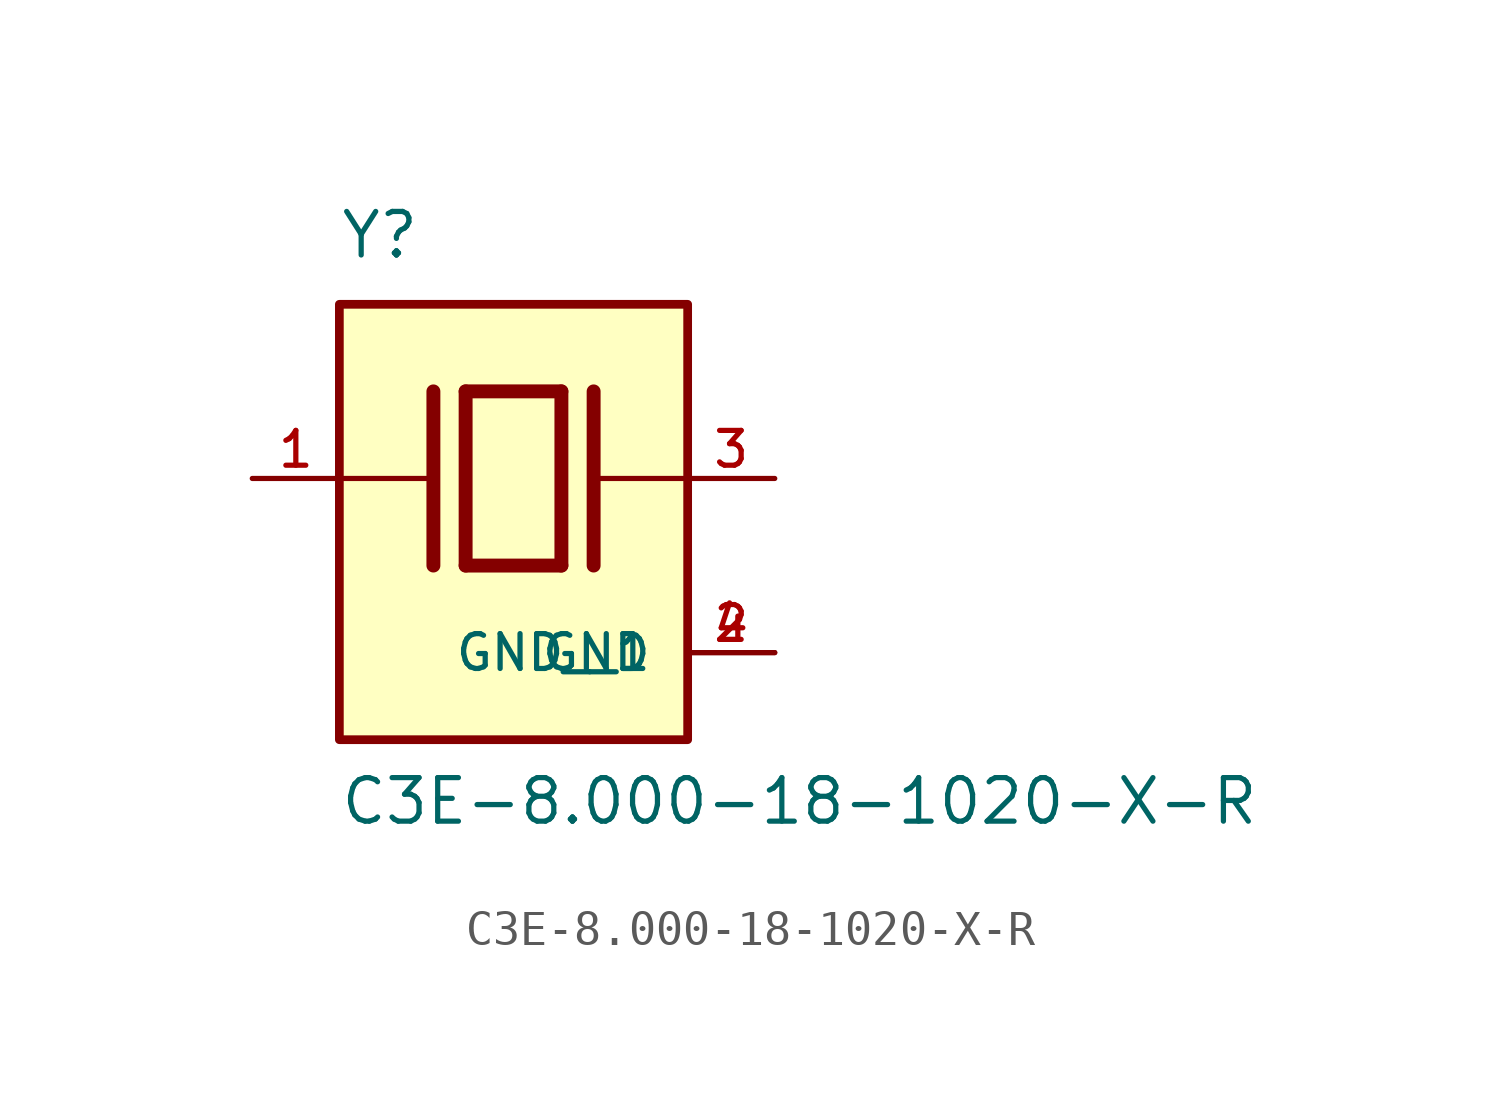
<source format=kicad_sym>
(kicad_symbol_lib
  (version 20211014)
  (generator kicad_symbol_editor)
  (symbol "C3E-8.000-18-1020-X-R"
    (pin_names
      (offset 1.016))
    (property "Reference" "Y"
      (at -5.088 6.356 0)
      (effects (font (size 1.27 1.27)) (justify bottom left)))
    (property "Value" "C3E-8.000-18-1020-X-R"
      (at -5.094 -10.16 0)
      (effects (font (size 1.27 1.27)) (justify bottom left)))
    (symbol "C3E-8.000-18-1020-X-R_0_0"
      (polyline (pts (xy -1.397 2.54) (xy 1.397 2.54)) (stroke (width 0.406)))
      (polyline (pts (xy 1.397 2.54) (xy 1.397 -2.54)) (stroke (width 0.406)))
      (polyline (pts (xy 1.397 -2.54) (xy -1.397 -2.54)) (stroke (width 0.406)))
      (polyline (pts (xy -1.397 2.54) (xy -1.397 -2.54)) (stroke (width 0.406)))
      (polyline (pts (xy 2.337 2.54) (xy 2.337 -2.54)) (stroke (width 0.406)))
      (polyline (pts (xy -2.337 2.54) (xy -2.337 -2.54)) (stroke (width 0.406)))
      (polyline (pts (xy -5.08 0.0) (xy -2.54 0.0)) (stroke (width 0.152)))
      (polyline (pts (xy 2.54 0.0) (xy 5.08 0.0)) (stroke (width 0.152)))
      (rectangle (start -5.08 -7.62) (end 5.08 5.08) (stroke (width 0.254)) (fill (type background)))
      (pin passive line (at 7.62 0.0 180.0) (length 2.54) (name "~" (effects (font (size 1.016 1.016)))) (number "3" (effects (font (size 1.016 1.016)))))
      (pin passive line (at -7.62 0.0 0) (length 2.54) (name "~" (effects (font (size 1.016 1.016)))) (number "1" (effects (font (size 1.016 1.016)))))
      (pin power_in line (at 7.62 -5.08 180.0) (length 2.54) (name "GND" (effects (font (size 1.016 1.016)))) (number "2" (effects (font (size 1.016 1.016)))))
      (pin power_in line (at 7.62 -5.08 180.0) (length 2.54) (name "GND__1" (effects (font (size 1.016 1.016)))) (number "4" (effects (font (size 1.016 1.016))))))))
</source>
